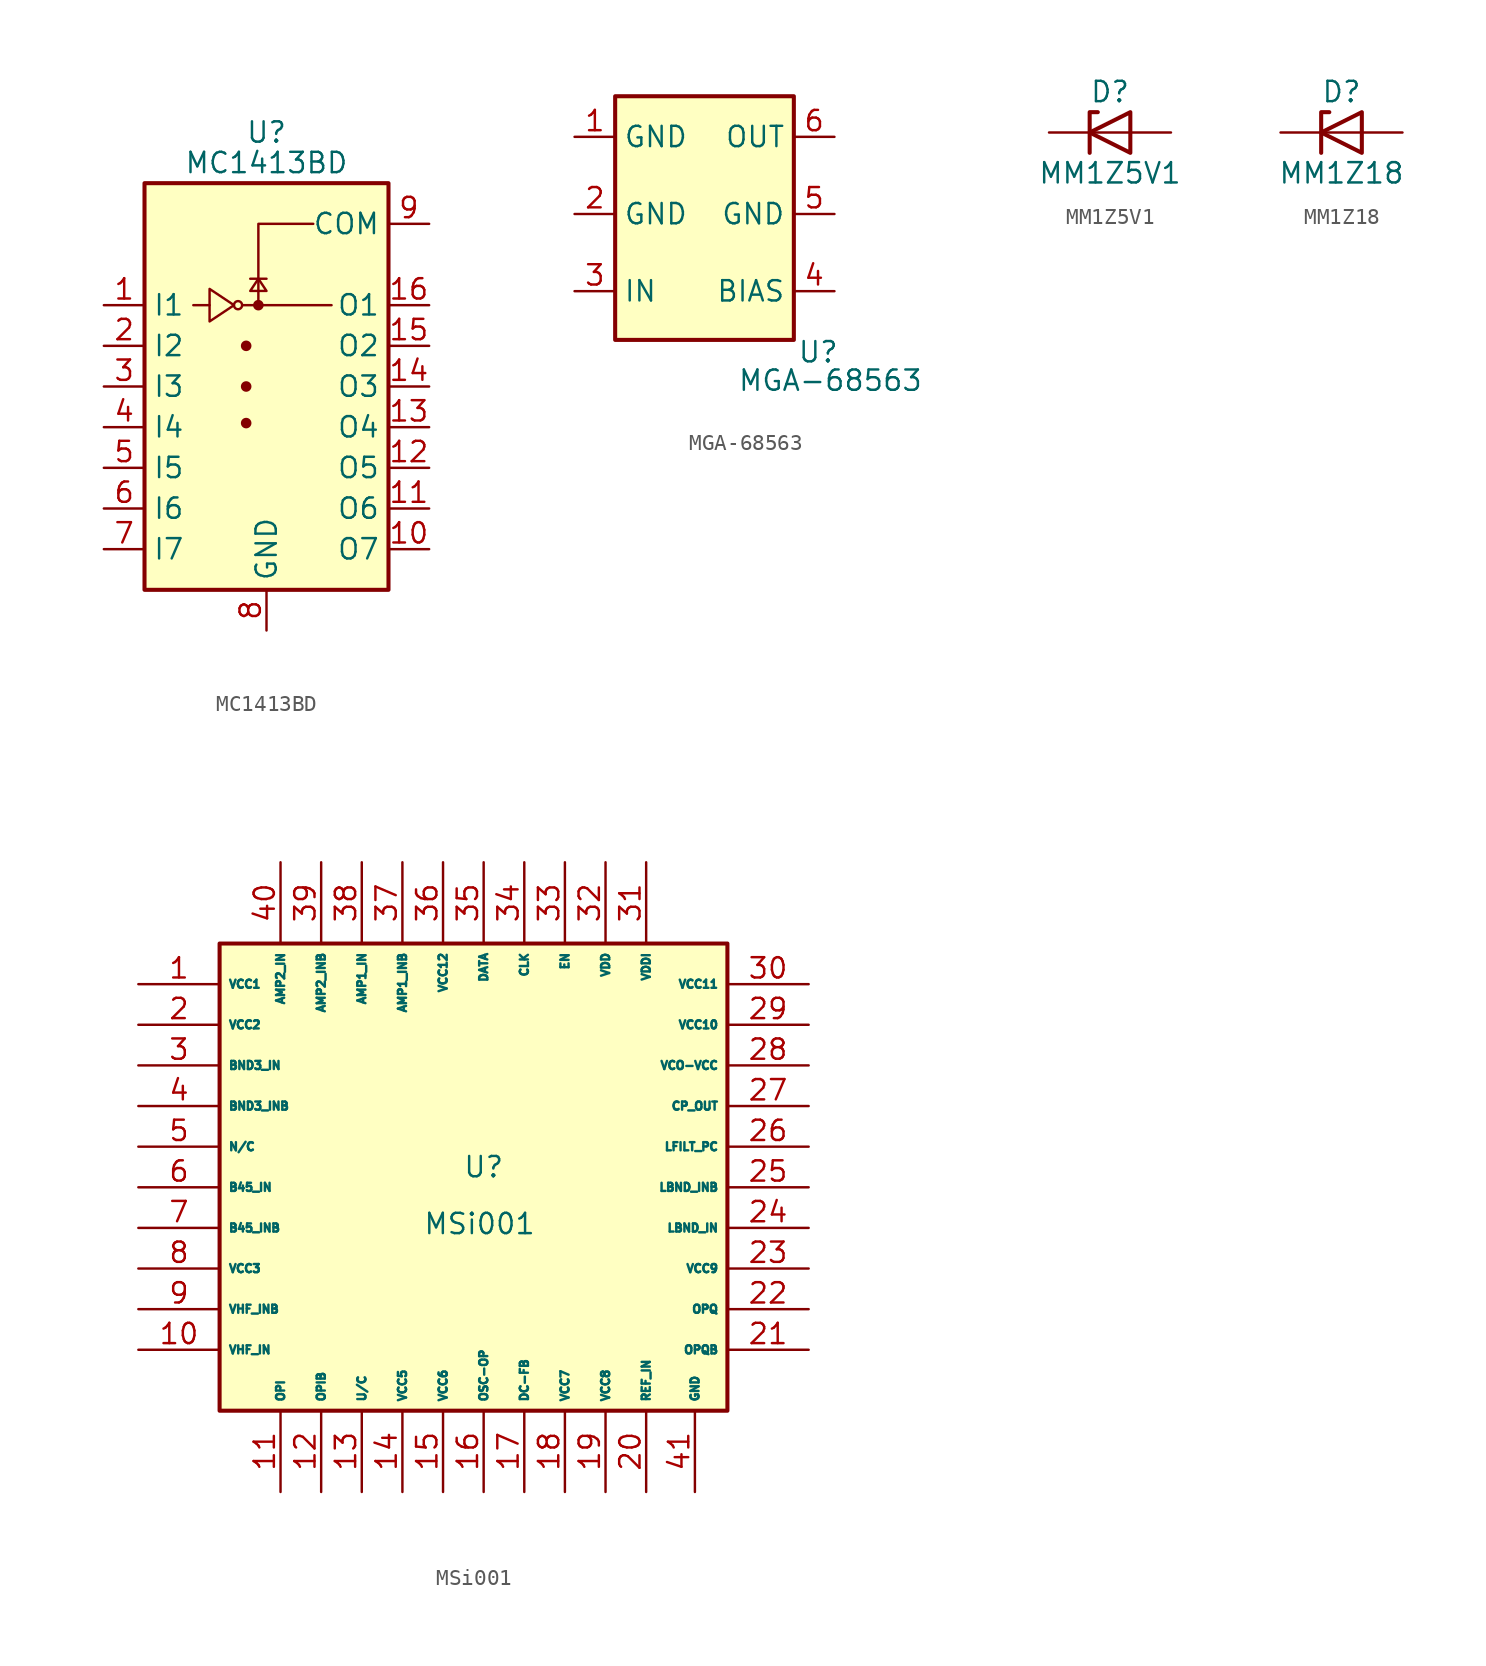
<source format=kicad_sym>
(kicad_symbol_lib
  (version 20211014)
  (generator kicad_symbol_editor)
  (symbol "MC1413BD"
    (property "Reference" "U"
      (at 0 15.875 0)
      (effects (font (size 1.27 1.27))))
    (property "Value" "MC1413BD"
      (at 0 13.97 0)
      (effects (font (size 1.27 1.27))))
    (symbol "MC1413BD_0_1"
      (rectangle (start -7.62 -12.7) (end 7.62 12.7) (stroke (width 0.254) (type default) (color 0 0 0 0)) (fill (type background)))
      (circle (center -1.778 5.08) (radius 0.254) (stroke (width 0) (type default) (color 0 0 0 0)) (fill (type none)))
      (circle (center -1.27 -2.286) (radius 0.254) (stroke (width 0) (type default) (color 0 0 0 0)) (fill (type outline)))
      (circle (center -1.27 0) (radius 0.254) (stroke (width 0) (type default) (color 0 0 0 0)) (fill (type outline)))
      (circle (center -1.27 2.54) (radius 0.254) (stroke (width 0) (type default) (color 0 0 0 0)) (fill (type outline)))
      (circle (center -0.508 5.08) (radius 0.254) (stroke (width 0) (type default) (color 0 0 0 0)) (fill (type outline)))
      (polyline (pts (xy -4.572 5.08) (xy -3.556 5.08)) (stroke (width 0) (type default) (color 0 0 0 0)) (fill (type none)))
      (polyline (pts (xy -1.524 5.08) (xy 4.064 5.08)) (stroke (width 0) (type default) (color 0 0 0 0)) (fill (type none)))
      (polyline (pts (xy 0 6.731) (xy -1.016 6.731)) (stroke (width 0) (type default) (color 0 0 0 0)) (fill (type none)))
      (polyline (pts (xy -0.508 5.08) (xy -0.508 10.16) (xy 2.921 10.16)) (stroke (width 0) (type default) (color 0 0 0 0)) (fill (type none)))
      (polyline (pts (xy -3.556 6.096) (xy -3.556 4.064) (xy -2.032 5.08) (xy -3.556 6.096)) (stroke (width 0) (type default) (color 0 0 0 0)) (fill (type none)))
      (polyline (pts (xy 0 5.969) (xy -1.016 5.969) (xy -0.508 6.731) (xy 0 5.969)) (stroke (width 0) (type default) (color 0 0 0 0)) (fill (type none))))
    (symbol "MC1413BD_1_1"
      (pin input line (at -10.16 5.08 0) (length 2.54) (name "I1" (effects (font (size 1.27 1.27)))) (number "1" (effects (font (size 1.27 1.27)))))
      (pin open_collector line (at 10.16 -10.16 180) (length 2.54) (name "O7" (effects (font (size 1.27 1.27)))) (number "10" (effects (font (size 1.27 1.27)))))
      (pin open_collector line (at 10.16 -7.62 180) (length 2.54) (name "O6" (effects (font (size 1.27 1.27)))) (number "11" (effects (font (size 1.27 1.27)))))
      (pin open_collector line (at 10.16 -5.08 180) (length 2.54) (name "O5" (effects (font (size 1.27 1.27)))) (number "12" (effects (font (size 1.27 1.27)))))
      (pin open_collector line (at 10.16 -2.54 180) (length 2.54) (name "O4" (effects (font (size 1.27 1.27)))) (number "13" (effects (font (size 1.27 1.27)))))
      (pin open_collector line (at 10.16 0 180) (length 2.54) (name "O3" (effects (font (size 1.27 1.27)))) (number "14" (effects (font (size 1.27 1.27)))))
      (pin open_collector line (at 10.16 2.54 180) (length 2.54) (name "O2" (effects (font (size 1.27 1.27)))) (number "15" (effects (font (size 1.27 1.27)))))
      (pin open_collector line (at 10.16 5.08 180) (length 2.54) (name "O1" (effects (font (size 1.27 1.27)))) (number "16" (effects (font (size 1.27 1.27)))))
      (pin input line (at -10.16 2.54 0) (length 2.54) (name "I2" (effects (font (size 1.27 1.27)))) (number "2" (effects (font (size 1.27 1.27)))))
      (pin input line (at -10.16 0 0) (length 2.54) (name "I3" (effects (font (size 1.27 1.27)))) (number "3" (effects (font (size 1.27 1.27)))))
      (pin input line (at -10.16 -2.54 0) (length 2.54) (name "I4" (effects (font (size 1.27 1.27)))) (number "4" (effects (font (size 1.27 1.27)))))
      (pin input line (at -10.16 -5.08 0) (length 2.54) (name "I5" (effects (font (size 1.27 1.27)))) (number "5" (effects (font (size 1.27 1.27)))))
      (pin input line (at -10.16 -7.62 0) (length 2.54) (name "I6" (effects (font (size 1.27 1.27)))) (number "6" (effects (font (size 1.27 1.27)))))
      (pin input line (at -10.16 -10.16 0) (length 2.54) (name "I7" (effects (font (size 1.27 1.27)))) (number "7" (effects (font (size 1.27 1.27)))))
      (pin power_in line (at 0 -15.24 90) (length 2.54) (name "GND" (effects (font (size 1.27 1.27)))) (number "8" (effects (font (size 1.27 1.27)))))
      (pin passive line (at 10.16 10.16 180) (length 2.54) (name "COM" (effects (font (size 1.27 1.27)))) (number "9" (effects (font (size 1.27 1.27)))))))
  (symbol "MGA-68563"
    (property "Reference" "U"
      (at 7.112 -9.144 0)
      (effects (font (size 1.27 1.27))))
    (property "Value" "MGA-68563"
      (at 7.874 -10.922 0)
      (effects (font (size 1.27 1.27))))
    (symbol "MGA-68563_0_1"
      (rectangle (start -5.588 6.858) (end 5.588 -8.382) (stroke (width 0.254) (type default) (color 0 0 0 0)) (fill (type background))))
    (symbol "MGA-68563_1_1"
      (pin passive line (at -8.128 4.318 0) (length 2.54) (name "GND" (effects (font (size 1.27 1.27)))) (number "1" (effects (font (size 1.27 1.27)))))
      (pin passive line (at -8.128 -0.508 0) (length 2.54) (name "GND" (effects (font (size 1.27 1.27)))) (number "2" (effects (font (size 1.27 1.27)))))
      (pin passive line (at -8.128 -5.334 0) (length 2.54) (name "IN" (effects (font (size 1.27 1.27)))) (number "3" (effects (font (size 1.27 1.27)))))
      (pin passive line (at 8.128 -5.334 180) (length 2.54) (name "BIAS" (effects (font (size 1.27 1.27)))) (number "4" (effects (font (size 1.27 1.27)))))
      (pin passive line (at 8.128 -0.508 180) (length 2.54) (name "GND" (effects (font (size 1.27 1.27)))) (number "5" (effects (font (size 1.27 1.27)))))
      (pin passive line (at 8.128 4.318 180) (length 2.54) (name "OUT" (effects (font (size 1.27 1.27)))) (number "6" (effects (font (size 1.27 1.27)))))))
  (symbol "MM1Z5V1"
    (pin_numbers hide)
    (pin_names
      (offset 1.016) hide)
    (property "Reference" "D"
      (at 0 2.54 0)
      (effects (font (size 1.27 1.27))))
    (property "Value" "MM1Z5V1"
      (at 0 -2.54 0)
      (effects (font (size 1.27 1.27))))
    (symbol "MM1Z5V1_0_1"
      (polyline (pts (xy 1.27 0) (xy -1.27 0)) (stroke (width 0) (type default) (color 0 0 0 0)) (fill (type none)))
      (polyline (pts (xy -1.27 -1.27) (xy -1.27 1.27) (xy -0.762 1.27)) (stroke (width 0.254) (type default) (color 0 0 0 0)) (fill (type none)))
      (polyline (pts (xy 1.27 -1.27) (xy 1.27 1.27) (xy -1.27 0) (xy 1.27 -1.27)) (stroke (width 0.254) (type default) (color 0 0 0 0)) (fill (type none))))
    (symbol "MM1Z5V1_1_1"
      (pin passive line (at -3.81 0 0) (length 2.54) (name "K" (effects (font (size 1.27 1.27)))) (number "1" (effects (font (size 1.27 1.27)))))
      (pin passive line (at 3.81 0 180) (length 2.54) (name "A" (effects (font (size 1.27 1.27)))) (number "2" (effects (font (size 1.27 1.27)))))))
  (symbol "MM1Z18"
    (pin_numbers hide)
    (pin_names
      (offset 1.016) hide)
    (property "Reference" "D"
      (at 0 2.54 0)
      (effects (font (size 1.27 1.27))))
    (property "Value" "MM1Z18"
      (at 0 -2.54 0)
      (effects (font (size 1.27 1.27))))
    (symbol "MM1Z18_0_1"
      (polyline (pts (xy 1.27 0) (xy -1.27 0)) (stroke (width 0) (type default) (color 0 0 0 0)) (fill (type none)))
      (polyline (pts (xy -1.27 -1.27) (xy -1.27 1.27) (xy -0.762 1.27)) (stroke (width 0.254) (type default) (color 0 0 0 0)) (fill (type none)))
      (polyline (pts (xy 1.27 -1.27) (xy 1.27 1.27) (xy -1.27 0) (xy 1.27 -1.27)) (stroke (width 0.254) (type default) (color 0 0 0 0)) (fill (type none))))
    (symbol "MM1Z18_1_1"
      (pin passive line (at -3.81 0 0) (length 2.54) (name "K" (effects (font (size 1.27 1.27)))) (number "1" (effects (font (size 1.27 1.27)))))
      (pin passive line (at 3.81 0 180) (length 2.54) (name "A" (effects (font (size 1.27 1.27)))) (number "2" (effects (font (size 1.27 1.27)))))))
  (symbol "MSi001"
    (property "Reference" "U"
      (at 0 1.27 0)
      (effects (font (size 1.27 1.27))))
    (property "Value" "MSi001"
      (at -0.254 -2.286 0)
      (effects (font (size 1.27 1.27))))
    (symbol "MSi001_0_1"
      (rectangle (start -16.51 15.24) (end 15.24 -13.97) (stroke (width 0.254) (type default) (color 0 0 0 0)) (fill (type background))))
    (symbol "MSi001_1_1"
      (pin input line (at -21.59 12.7 0) (length 5.08) (name "VCC1" (effects (font (size 0.508 0.508)))) (number "1" (effects (font (size 1.27 1.27)))))
      (pin input line (at -21.59 -10.16 0) (length 5.08) (name "VHF_IN" (effects (font (size 0.508 0.508)))) (number "10" (effects (font (size 1.27 1.27)))))
      (pin passive line (at -12.7 -19.05 90) (length 5.08) (name "OPI" (effects (font (size 0.508 0.508)))) (number "11" (effects (font (size 1.27 1.27)))))
      (pin passive line (at -10.16 -19.05 90) (length 5.08) (name "OPIB" (effects (font (size 0.508 0.508)))) (number "12" (effects (font (size 1.27 1.27)))))
      (pin input line (at -7.62 -19.05 90) (length 5.08) (name "U/C" (effects (font (size 0.508 0.508)))) (number "13" (effects (font (size 1.27 1.27)))))
      (pin input line (at -5.08 -19.05 90) (length 5.08) (name "VCC5" (effects (font (size 0.508 0.508)))) (number "14" (effects (font (size 1.27 1.27)))))
      (pin input line (at -2.54 -19.05 90) (length 5.08) (name "VCC6" (effects (font (size 0.508 0.508)))) (number "15" (effects (font (size 1.27 1.27)))))
      (pin input line (at 0 -19.05 90) (length 5.08) (name "OSC-OP" (effects (font (size 0.508 0.508)))) (number "16" (effects (font (size 1.27 1.27)))))
      (pin input line (at 2.54 -19.05 90) (length 5.08) (name "DC-FB" (effects (font (size 0.508 0.508)))) (number "17" (effects (font (size 1.27 1.27)))))
      (pin input line (at 5.08 -19.05 90) (length 5.08) (name "VCC7" (effects (font (size 0.508 0.508)))) (number "18" (effects (font (size 1.27 1.27)))))
      (pin input line (at 7.62 -19.05 90) (length 5.08) (name "VCC8" (effects (font (size 0.508 0.508)))) (number "19" (effects (font (size 1.27 1.27)))))
      (pin input line (at -21.59 10.16 0) (length 5.08) (name "VCC2" (effects (font (size 0.508 0.508)))) (number "2" (effects (font (size 1.27 1.27)))))
      (pin input line (at 10.16 -19.05 90) (length 5.08) (name "REF_IN" (effects (font (size 0.508 0.508)))) (number "20" (effects (font (size 1.27 1.27)))))
      (pin passive line (at 20.32 -10.16 180) (length 5.08) (name "OPQB" (effects (font (size 0.508 0.508)))) (number "21" (effects (font (size 1.27 1.27)))))
      (pin passive line (at 20.32 -7.62 180) (length 5.08) (name "OPQ" (effects (font (size 0.508 0.508)))) (number "22" (effects (font (size 1.27 1.27)))))
      (pin input line (at 20.32 -5.08 180) (length 5.08) (name "VCC9" (effects (font (size 0.508 0.508)))) (number "23" (effects (font (size 1.27 1.27)))))
      (pin input line (at 20.32 -2.54 180) (length 5.08) (name "LBND_IN" (effects (font (size 0.508 0.508)))) (number "24" (effects (font (size 1.27 1.27)))))
      (pin input line (at 20.32 0 180) (length 5.08) (name "LBND_INB" (effects (font (size 0.508 0.508)))) (number "25" (effects (font (size 1.27 1.27)))))
      (pin input line (at 20.32 2.54 180) (length 5.08) (name "LFILT_PC" (effects (font (size 0.508 0.508)))) (number "26" (effects (font (size 1.27 1.27)))))
      (pin input line (at 20.32 5.08 180) (length 5.08) (name "CP_OUT" (effects (font (size 0.508 0.508)))) (number "27" (effects (font (size 1.27 1.27)))))
      (pin input line (at 20.32 7.62 180) (length 5.08) (name "VCO-VCC" (effects (font (size 0.508 0.508)))) (number "28" (effects (font (size 1.27 1.27)))))
      (pin input line (at 20.32 10.16 180) (length 5.08) (name "VCC10" (effects (font (size 0.508 0.508)))) (number "29" (effects (font (size 1.27 1.27)))))
      (pin input line (at -21.59 7.62 0) (length 5.08) (name "BND3_IN" (effects (font (size 0.508 0.508)))) (number "3" (effects (font (size 1.27 1.27)))))
      (pin input line (at 20.32 12.7 180) (length 5.08) (name "VCC11" (effects (font (size 0.508 0.508)))) (number "30" (effects (font (size 1.27 1.27)))))
      (pin input line (at 10.16 20.32 270) (length 5.08) (name "VDDI" (effects (font (size 0.508 0.508)))) (number "31" (effects (font (size 1.27 1.27)))))
      (pin passive line (at 7.62 20.32 270) (length 5.08) (name "VDD" (effects (font (size 0.508 0.508)))) (number "32" (effects (font (size 1.27 1.27)))))
      (pin passive line (at 5.08 20.32 270) (length 5.08) (name "EN" (effects (font (size 0.508 0.508)))) (number "33" (effects (font (size 1.27 1.27)))))
      (pin passive line (at 2.54 20.32 270) (length 5.08) (name "CLK" (effects (font (size 0.508 0.508)))) (number "34" (effects (font (size 1.27 1.27)))))
      (pin passive line (at 0 20.32 270) (length 5.08) (name "DATA" (effects (font (size 0.508 0.508)))) (number "35" (effects (font (size 1.27 1.27)))))
      (pin input line (at -2.54 20.32 270) (length 5.08) (name "VCC12" (effects (font (size 0.508 0.508)))) (number "36" (effects (font (size 1.27 1.27)))))
      (pin input line (at -5.08 20.32 270) (length 5.08) (name "AMP1_INB" (effects (font (size 0.508 0.508)))) (number "37" (effects (font (size 1.27 1.27)))))
      (pin input line (at -7.62 20.32 270) (length 5.08) (name "AMP1_IN" (effects (font (size 0.508 0.508)))) (number "38" (effects (font (size 1.27 1.27)))))
      (pin input line (at -10.16 20.32 270) (length 5.08) (name "AMP2_INB" (effects (font (size 0.508 0.508)))) (number "39" (effects (font (size 1.27 1.27)))))
      (pin input line (at -21.59 5.08 0) (length 5.08) (name "BND3_INB" (effects (font (size 0.508 0.508)))) (number "4" (effects (font (size 1.27 1.27)))))
      (pin input line (at -12.7 20.32 270) (length 5.08) (name "AMP2_IN" (effects (font (size 0.508 0.508)))) (number "40" (effects (font (size 1.27 1.27)))))
      (pin passive line (at 13.208 -19.05 90) (length 5.08) (name "GND" (effects (font (size 0.508 0.508)))) (number "41" (effects (font (size 1.27 1.27)))))
      (pin input line (at -21.59 2.54 0) (length 5.08) (name "N/C" (effects (font (size 0.508 0.508)))) (number "5" (effects (font (size 1.27 1.27)))))
      (pin input line (at -21.59 0 0) (length 5.08) (name "B45_IN" (effects (font (size 0.508 0.508)))) (number "6" (effects (font (size 1.27 1.27)))))
      (pin input line (at -21.59 -2.54 0) (length 5.08) (name "B45_INB" (effects (font (size 0.508 0.508)))) (number "7" (effects (font (size 1.27 1.27)))))
      (pin input line (at -21.59 -5.08 0) (length 5.08) (name "VCC3" (effects (font (size 0.508 0.508)))) (number "8" (effects (font (size 1.27 1.27)))))
      (pin input line (at -21.59 -7.62 0) (length 5.08) (name "VHF_INB" (effects (font (size 0.508 0.508)))) (number "9" (effects (font (size 1.27 1.27))))))))
</source>
